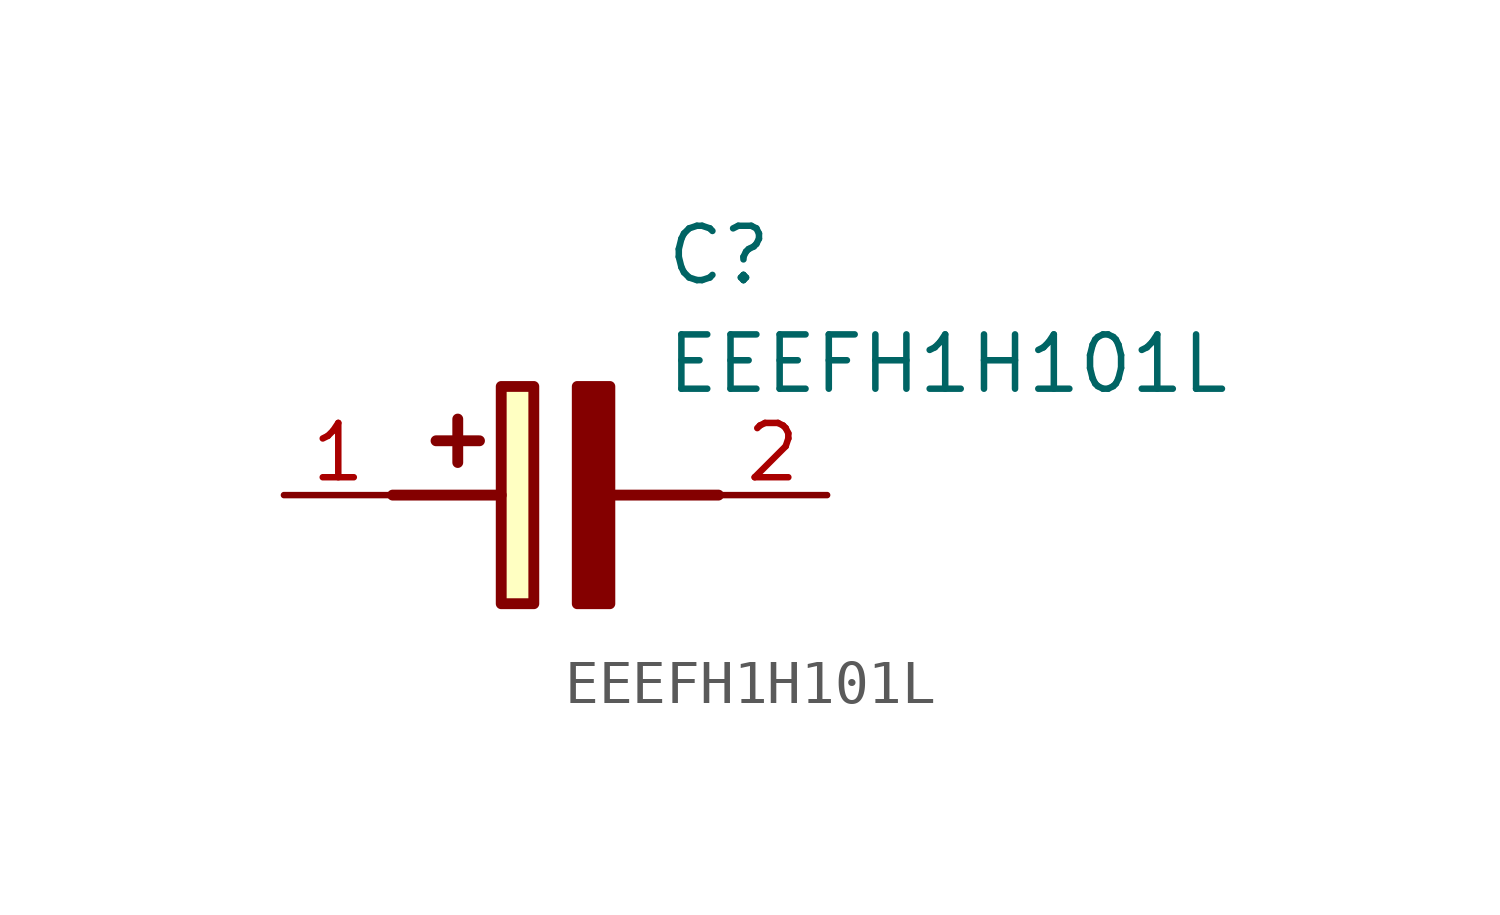
<source format=kicad_sym>
(kicad_symbol_lib
  (version 20211014)
  (generator SamacSys_ECAD_Model)
  (symbol "EEEFH1H101L"
    (pin_names hide)
    (property "Reference" "C"
      (at 8.89 6.35 0)
      (effects (font (size 1.27 1.27)) (justify left top)))
    (property "Value" "EEEFH1H101L"
      (at 8.89 3.81 0)
      (effects (font (size 1.27 1.27)) (justify left top)))
    (rectangle
      (start 5.08 2.54)
      (end 5.842 -2.54)
      (stroke (width 0.254) (type default))
      (fill (type background)))
    (polyline
      (pts (xy 4.572 1.27) (xy 3.556 1.27))
      (stroke (width 0.254) (type default))
      (fill (type none)))
    (polyline
      (pts (xy 4.064 1.778) (xy 4.064 0.762))
      (stroke (width 0.254) (type default))
      (fill (type none)))
    (polyline
      (pts (xy 2.54 0) (xy 5.08 0))
      (stroke (width 0.254) (type default))
      (fill (type none)))
    (polyline
      (pts (xy 7.62 0) (xy 10.16 0))
      (stroke (width 0.254) (type default))
      (fill (type none)))
    (polyline
      (pts (xy 7.62 2.54) (xy 7.62 -2.54) (xy 6.858 -2.54) (xy 6.858 2.54) (xy 7.62 2.54))
      (stroke (width 0.254) (type default))
      (fill (type outline)))
    (pin passive line
      (at 0 0 0)
      (length 2.54)
      (name "+" (effects (font (size 1.27 1.27))))
      (number "1" (effects (font (size 1.27 1.27)))))
    (pin passive line
      (at 12.7 0 180)
      (length 2.54)
      (name "-" (effects (font (size 1.27 1.27))))
      (number "2" (effects (font (size 1.27 1.27)))))))
</source>
